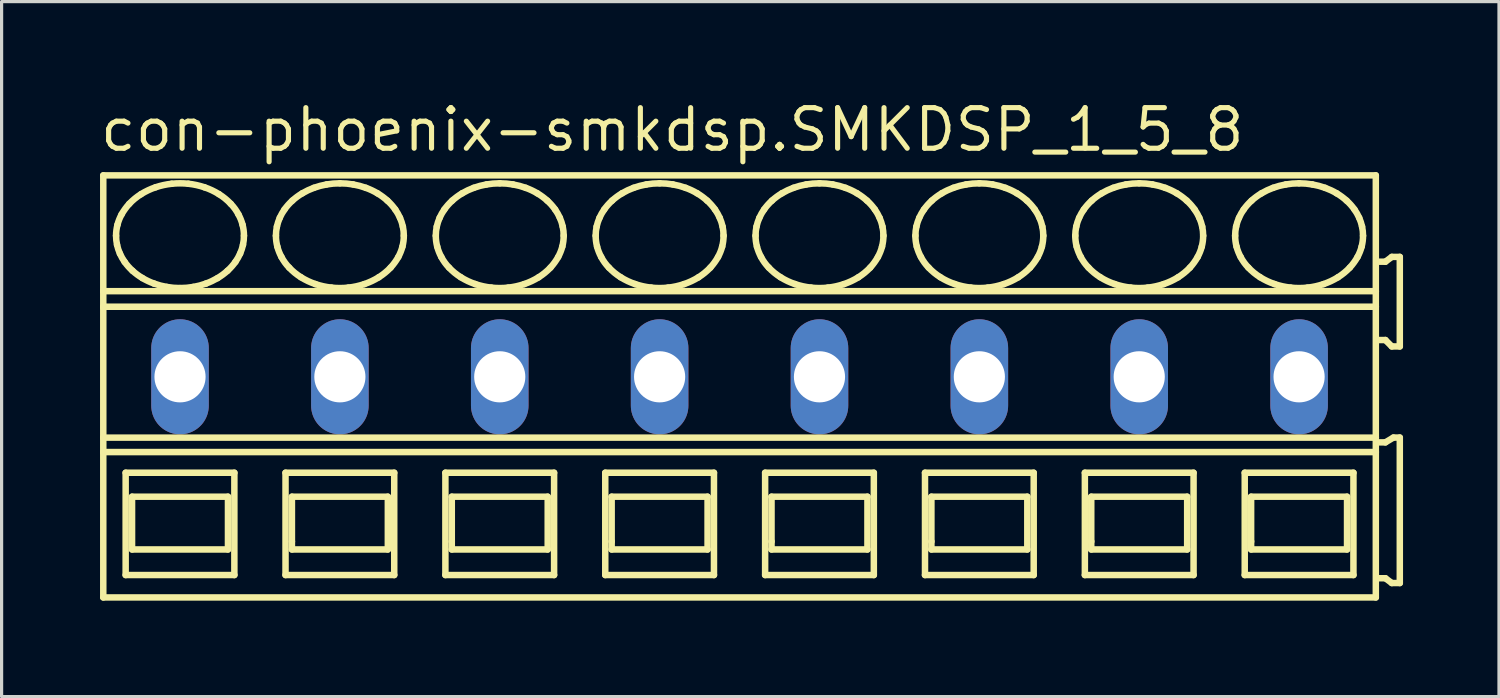
<source format=kicad_pcb>
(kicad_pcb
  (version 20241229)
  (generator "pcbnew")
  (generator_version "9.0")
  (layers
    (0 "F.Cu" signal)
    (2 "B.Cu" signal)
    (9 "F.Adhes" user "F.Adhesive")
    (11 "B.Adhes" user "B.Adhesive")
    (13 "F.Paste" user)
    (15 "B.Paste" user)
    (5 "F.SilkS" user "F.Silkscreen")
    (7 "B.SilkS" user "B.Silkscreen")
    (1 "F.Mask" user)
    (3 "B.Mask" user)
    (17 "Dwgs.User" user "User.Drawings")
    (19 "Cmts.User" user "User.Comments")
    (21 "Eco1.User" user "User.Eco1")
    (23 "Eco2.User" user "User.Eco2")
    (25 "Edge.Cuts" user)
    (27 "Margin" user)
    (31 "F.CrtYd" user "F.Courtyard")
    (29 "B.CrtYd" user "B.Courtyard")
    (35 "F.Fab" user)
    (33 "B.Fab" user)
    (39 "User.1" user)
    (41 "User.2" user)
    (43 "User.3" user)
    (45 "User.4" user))
  (footprint "con-phoenix-smkdsp.SMKDSP_1_5_8"
    (layer "F.Cu")
    (at 5.08 8.735)
    (property "Reference" "con-phoenix-smkdsp.SMKDSP_1_5_8" (at -5.08 -6.985 0) (layer "F.SilkS") (effects (font (size 1.27 1.27) (thickness 0.16)) (justify left bottom)))
    (attr through_hole)
    (fp_line (start -4.9 -6.3) (end -4.9 -2.679) (stroke (width 0.203) (type default)) (layer "F.SilkS"))
    (fp_line (start -4.9 -2.679) (end -4.9 -2.192) (stroke (width 0.203) (type default)) (layer "F.SilkS"))
    (fp_line (start -4.9 -2.192) (end -4.9 1.902) (stroke (width 0.203) (type default)) (layer "F.SilkS"))
    (fp_line (start -4.9 1.902) (end -4.9 2.354) (stroke (width 0.203) (type default)) (layer "F.SilkS"))
    (fp_line (start -4.9 2.354) (end -4.9 6.9) (stroke (width 0.203) (type default)) (layer "F.SilkS"))
    (fp_line (start -4.9 6.9) (end 34.9 6.9) (stroke (width 0.203) (type default)) (layer "F.SilkS"))
    (fp_line (start -4.2 3) (end -4.2 6.2) (stroke (width 0.203) (type default)) (layer "F.SilkS"))
    (fp_line (start -4.2 6.2) (end -0.8 6.2) (stroke (width 0.203) (type default)) (layer "F.SilkS"))
    (fp_line (start -4 3.75) (end -4 5.4) (stroke (width 0.203) (type default)) (layer "F.SilkS"))
    (fp_line (start -4 5.4) (end -1 5.4) (stroke (width 0.203) (type default)) (layer "F.SilkS"))
    (fp_line (start -1 3.75) (end -4 3.75) (stroke (width 0.203) (type default)) (layer "F.SilkS"))
    (fp_line (start -1 5.4) (end -1 3.75) (stroke (width 0.203) (type default)) (layer "F.SilkS"))
    (fp_line (start -0.8 3) (end -4.2 3) (stroke (width 0.203) (type default)) (layer "F.SilkS"))
    (fp_line (start -0.8 6.2) (end -0.8 3) (stroke (width 0.203) (type default)) (layer "F.SilkS"))
    (fp_line (start 0.8 3) (end 0.8 6.2) (stroke (width 0.203) (type default)) (layer "F.SilkS"))
    (fp_line (start 0.8 6.2) (end 4.2 6.2) (stroke (width 0.203) (type default)) (layer "F.SilkS"))
    (fp_line (start 1 3.75) (end 1 5.15) (stroke (width 0.203) (type default)) (layer "F.SilkS"))
    (fp_line (start 1 5.15) (end 1 5.4) (stroke (width 0.203) (type default)) (layer "F.SilkS"))
    (fp_line (start 1 5.4) (end 4 5.4) (stroke (width 0.203) (type default)) (layer "F.SilkS"))
    (fp_line (start 4 3.75) (end 1 3.75) (stroke (width 0.203) (type default)) (layer "F.SilkS"))
    (fp_line (start 4 5.4) (end 4 3.75) (stroke (width 0.203) (type default)) (layer "F.SilkS"))
    (fp_line (start 4.2 3) (end 0.8 3) (stroke (width 0.203) (type default)) (layer "F.SilkS"))
    (fp_line (start 4.2 6.2) (end 4.2 3) (stroke (width 0.203) (type default)) (layer "F.SilkS"))
    (fp_line (start 5.8 3) (end 5.8 6.2) (stroke (width 0.203) (type default)) (layer "F.SilkS"))
    (fp_line (start 5.8 6.2) (end 9.2 6.2) (stroke (width 0.203) (type default)) (layer "F.SilkS"))
    (fp_line (start 6 3.75) (end 6 5.15) (stroke (width 0.203) (type default)) (layer "F.SilkS"))
    (fp_line (start 6 5.15) (end 6 5.4) (stroke (width 0.203) (type default)) (layer "F.SilkS"))
    (fp_line (start 6 5.4) (end 9 5.4) (stroke (width 0.203) (type default)) (layer "F.SilkS"))
    (fp_line (start 9 3.75) (end 6 3.75) (stroke (width 0.203) (type default)) (layer "F.SilkS"))
    (fp_line (start 9 5.4) (end 9 3.75) (stroke (width 0.203) (type default)) (layer "F.SilkS"))
    (fp_line (start 9.2 3) (end 5.8 3) (stroke (width 0.203) (type default)) (layer "F.SilkS"))
    (fp_line (start 9.2 6.2) (end 9.2 3) (stroke (width 0.203) (type default)) (layer "F.SilkS"))
    (fp_line (start 10.8 3) (end 10.8 6.2) (stroke (width 0.203) (type default)) (layer "F.SilkS"))
    (fp_line (start 10.8 6.2) (end 14.2 6.2) (stroke (width 0.203) (type default)) (layer "F.SilkS"))
    (fp_line (start 11 3.75) (end 11 5.15) (stroke (width 0.203) (type default)) (layer "F.SilkS"))
    (fp_line (start 11 5.15) (end 11 5.4) (stroke (width 0.203) (type default)) (layer "F.SilkS"))
    (fp_line (start 11 5.4) (end 14 5.4) (stroke (width 0.203) (type default)) (layer "F.SilkS"))
    (fp_line (start 14 3.75) (end 11 3.75) (stroke (width 0.203) (type default)) (layer "F.SilkS"))
    (fp_line (start 14 5.4) (end 14 3.75) (stroke (width 0.203) (type default)) (layer "F.SilkS"))
    (fp_line (start 14.2 3) (end 10.8 3) (stroke (width 0.203) (type default)) (layer "F.SilkS"))
    (fp_line (start 14.2 6.2) (end 14.2 3) (stroke (width 0.203) (type default)) (layer "F.SilkS"))
    (fp_line (start 15.8 3) (end 15.8 6.2) (stroke (width 0.203) (type default)) (layer "F.SilkS"))
    (fp_line (start 15.8 6.2) (end 19.2 6.2) (stroke (width 0.203) (type default)) (layer "F.SilkS"))
    (fp_line (start 16 3.75) (end 16 5.15) (stroke (width 0.203) (type default)) (layer "F.SilkS"))
    (fp_line (start 16 5.15) (end 16 5.4) (stroke (width 0.203) (type default)) (layer "F.SilkS"))
    (fp_line (start 16 5.4) (end 19 5.4) (stroke (width 0.203) (type default)) (layer "F.SilkS"))
    (fp_line (start 19 3.75) (end 16 3.75) (stroke (width 0.203) (type default)) (layer "F.SilkS"))
    (fp_line (start 19 5.4) (end 19 3.75) (stroke (width 0.203) (type default)) (layer "F.SilkS"))
    (fp_line (start 19.2 3) (end 15.8 3) (stroke (width 0.203) (type default)) (layer "F.SilkS"))
    (fp_line (start 19.2 6.2) (end 19.2 3) (stroke (width 0.203) (type default)) (layer "F.SilkS"))
    (fp_line (start 20.8 3) (end 20.8 6.2) (stroke (width 0.203) (type default)) (layer "F.SilkS"))
    (fp_line (start 20.8 6.2) (end 24.2 6.2) (stroke (width 0.203) (type default)) (layer "F.SilkS"))
    (fp_line (start 21 3.75) (end 21 5.15) (stroke (width 0.203) (type default)) (layer "F.SilkS"))
    (fp_line (start 21 5.15) (end 21 5.4) (stroke (width 0.203) (type default)) (layer "F.SilkS"))
    (fp_line (start 21 5.4) (end 24 5.4) (stroke (width 0.203) (type default)) (layer "F.SilkS"))
    (fp_line (start 24 3.75) (end 21 3.75) (stroke (width 0.203) (type default)) (layer "F.SilkS"))
    (fp_line (start 24 5.4) (end 24 3.75) (stroke (width 0.203) (type default)) (layer "F.SilkS"))
    (fp_line (start 24.2 3) (end 20.8 3) (stroke (width 0.203) (type default)) (layer "F.SilkS"))
    (fp_line (start 24.2 6.2) (end 24.2 3) (stroke (width 0.203) (type default)) (layer "F.SilkS"))
    (fp_line (start 25.8 3) (end 25.8 6.2) (stroke (width 0.203) (type default)) (layer "F.SilkS"))
    (fp_line (start 25.8 6.2) (end 29.2 6.2) (stroke (width 0.203) (type default)) (layer "F.SilkS"))
    (fp_line (start 26 3.75) (end 26 5.15) (stroke (width 0.203) (type default)) (layer "F.SilkS"))
    (fp_line (start 26 5.15) (end 26 5.4) (stroke (width 0.203) (type default)) (layer "F.SilkS"))
    (fp_line (start 26 5.4) (end 29 5.4) (stroke (width 0.203) (type default)) (layer "F.SilkS"))
    (fp_line (start 29 3.75) (end 26 3.75) (stroke (width 0.203) (type default)) (layer "F.SilkS"))
    (fp_line (start 29 5.4) (end 29 3.75) (stroke (width 0.203) (type default)) (layer "F.SilkS"))
    (fp_line (start 29.2 3) (end 25.8 3) (stroke (width 0.203) (type default)) (layer "F.SilkS"))
    (fp_line (start 29.2 6.2) (end 29.2 3) (stroke (width 0.203) (type default)) (layer "F.SilkS"))
    (fp_line (start 30.8 3) (end 30.8 6.2) (stroke (width 0.203) (type default)) (layer "F.SilkS"))
    (fp_line (start 30.8 6.2) (end 34.2 6.2) (stroke (width 0.203) (type default)) (layer "F.SilkS"))
    (fp_line (start 31 3.75) (end 31 5.15) (stroke (width 0.203) (type default)) (layer "F.SilkS"))
    (fp_line (start 31 5.15) (end 31 5.4) (stroke (width 0.203) (type default)) (layer "F.SilkS"))
    (fp_line (start 31 5.4) (end 34 5.4) (stroke (width 0.203) (type default)) (layer "F.SilkS"))
    (fp_line (start 34 3.75) (end 31 3.75) (stroke (width 0.203) (type default)) (layer "F.SilkS"))
    (fp_line (start 34 5.4) (end 34 3.75) (stroke (width 0.203) (type default)) (layer "F.SilkS"))
    (fp_line (start 34.2 3) (end 30.8 3) (stroke (width 0.203) (type default)) (layer "F.SilkS"))
    (fp_line (start 34.2 6.2) (end 34.2 3) (stroke (width 0.203) (type default)) (layer "F.SilkS"))
    (fp_line (start 34.9 -6.3) (end -4.9 -6.3) (stroke (width 0.203) (type default)) (layer "F.SilkS"))
    (fp_line (start 34.9 -2.679) (end -4.9 -2.679) (stroke (width 0.203) (type default)) (layer "F.SilkS"))
    (fp_line (start 34.9 -2.679) (end 34.9 -6.3) (stroke (width 0.203) (type default)) (layer "F.SilkS"))
    (fp_line (start 34.9 -2.192) (end -4.9 -2.192) (stroke (width 0.203) (type default)) (layer "F.SilkS"))
    (fp_line (start 34.9 -2.192) (end 34.9 -2.679) (stroke (width 0.203) (type default)) (layer "F.SilkS"))
    (fp_line (start 34.9 1.902) (end -4.9 1.902) (stroke (width 0.203) (type default)) (layer "F.SilkS"))
    (fp_line (start 34.9 1.902) (end 34.9 -2.192) (stroke (width 0.203) (type default)) (layer "F.SilkS"))
    (fp_line (start 34.9 2.354) (end -4.9 2.354) (stroke (width 0.203) (type default)) (layer "F.SilkS"))
    (fp_line (start 34.9 2.354) (end 34.9 1.902) (stroke (width 0.203) (type default)) (layer "F.SilkS"))
    (fp_line (start 34.9 6.9) (end 34.9 2.354) (stroke (width 0.203) (type default)) (layer "F.SilkS"))
    (fp_line (start 35 -1.15) (end 35.2 -1.15) (stroke (width 0.203) (type default)) (layer "F.SilkS"))
    (fp_line (start 35 6.3) (end 35.2 6.3) (stroke (width 0.203) (type default)) (layer "F.SilkS"))
    (fp_line (start 35.2 -3.6) (end 35 -3.6) (stroke (width 0.203) (type default)) (layer "F.SilkS"))
    (fp_line (start 35.2 -1.15) (end 35.4 -0.95) (stroke (width 0.203) (type default)) (layer "F.SilkS"))
    (fp_line (start 35.2 2.05) (end 35 2.05) (stroke (width 0.203) (type default)) (layer "F.SilkS"))
    (fp_line (start 35.2 6.3) (end 35.4 6.45) (stroke (width 0.203) (type default)) (layer "F.SilkS"))
    (fp_line (start 35.4 -3.75) (end 35.2 -3.6) (stroke (width 0.203) (type default)) (layer "F.SilkS"))
    (fp_line (start 35.4 -0.95) (end 35.65 -0.95) (stroke (width 0.203) (type default)) (layer "F.SilkS"))
    (fp_line (start 35.4 6.45) (end 35.65 6.45) (stroke (width 0.203) (type default)) (layer "F.SilkS"))
    (fp_line (start 35.45 1.9) (end 35.2 2.05) (stroke (width 0.203) (type default)) (layer "F.SilkS"))
    (fp_line (start 35.65 -3.75) (end 35.4 -3.75) (stroke (width 0.203) (type default)) (layer "F.SilkS"))
    (fp_line (start 35.65 -0.95) (end 35.65 -3.75) (stroke (width 0.203) (type default)) (layer "F.SilkS"))
    (fp_line (start 35.65 1.9) (end 35.45 1.9) (stroke (width 0.203) (type default)) (layer "F.SilkS"))
    (fp_line (start 35.65 6.45) (end 35.65 1.9) (stroke (width 0.203) (type default)) (layer "F.SilkS"))
    (fp_arc (start -4.5 -4.4136) (mid -4.488905 -4.585389) (end -4.4562 -4.7544) (stroke (width 0.2032) (type default)) (layer "F.SilkS"))
    (fp_arc (start -4.4695 -4.1287) (mid -4.492309 -4.270341) (end -4.5 -4.4136) (stroke (width 0.2032) (type default)) (layer "F.SilkS"))
    (fp_arc (start -4.4562 -4.7544) (mid -4.401558 -4.920839) (end -4.3273 -5.0795) (stroke (width 0.2032) (type default)) (layer "F.SilkS"))
    (fp_arc (start -4.3795 -3.8536) (mid -4.431599 -3.988827) (end -4.4695 -4.1287) (stroke (width 0.2032) (type default)) (layer "F.SilkS"))
    (fp_arc (start -4.3274 -5.0795) (mid -4.216217 -5.252167) (end -4.0864 -5.4113) (stroke (width 0.2032) (type default)) (layer "F.SilkS"))
    (fp_arc (start -4.232 -3.5945) (mid -4.312155 -3.720404) (end -4.3795 -3.8536) (stroke (width 0.2032) (type default)) (layer "F.SilkS"))
    (fp_arc (start -4.0864 -5.4113) (mid -3.911717 -5.573771) (end -3.718 -5.713) (stroke (width 0.2032) (type default)) (layer "F.SilkS"))
    (fp_arc (start -3.9861 -3.3171) (mid -4.116737 -3.448975) (end -4.2321 -3.5944) (stroke (width 0.2032) (type default)) (layer "F.SilkS"))
    (fp_arc (start -3.718 -5.713) (mid -3.497651 -5.83326) (end -3.2649 -5.9273) (stroke (width 0.2032) (type default)) (layer "F.SilkS"))
    (fp_arc (start -3.676 -3.0884) (mid -3.836846 -3.19489) (end -3.9861 -3.3171) (stroke (width 0.2032) (type default)) (layer "F.SilkS"))
    (fp_arc (start -3.313 -2.9167) (mid -3.498551 -2.993985) (end -3.676 -3.0884) (stroke (width 0.2032) (type default)) (layer "F.SilkS"))
    (fp_arc (start -3.2649 -5.9273) (mid -3.016253 -5.996227) (end -2.7616 -6.0378) (stroke (width 0.2032) (type default)) (layer "F.SilkS"))
    (fp_arc (start -2.9161 -2.8111) (mid -3.116893 -2.855096) (end -3.313 -2.9167) (stroke (width 0.2032) (type default)) (layer "F.SilkS"))
    (fp_arc (start -2.7616 -6.0378) (mid -2.5 -6.051841) (end -2.2384 -6.0378) (stroke (width 0.2032) (type default)) (layer "F.SilkS"))
    (fp_arc (start -2.5 -2.7752) (mid -2.708826 -2.784159) (end -2.9161 -2.8111) (stroke (width 0.2032) (type default)) (layer "F.SilkS"))
    (fp_arc (start -2.2384 -6.0378) (mid -1.983714 -5.996378) (end -1.7351 -5.9273) (stroke (width 0.2032) (type default)) (layer "F.SilkS"))
    (fp_arc (start -2.0839 -2.8111) (mid -2.291182 -2.784277) (end -2.5 -2.7753) (stroke (width 0.2032) (type default)) (layer "F.SilkS"))
    (fp_arc (start -1.7351 -5.9273) (mid -1.502222 -5.83353) (end -1.282 -5.713) (stroke (width 0.2032) (type default)) (layer "F.SilkS"))
    (fp_arc (start -1.687 -2.9167) (mid -1.883128 -2.855175) (end -2.0839 -2.8111) (stroke (width 0.2032) (type default)) (layer "F.SilkS"))
    (fp_arc (start -1.324 -3.0884) (mid -1.501514 -2.994123) (end -1.687 -2.9167) (stroke (width 0.2032) (type default)) (layer "F.SilkS"))
    (fp_arc (start -1.282 -5.713) (mid -1.088036 -5.574073) (end -0.9136 -5.4113) (stroke (width 0.2032) (type default)) (layer "F.SilkS"))
    (fp_arc (start -1.0139 -3.3171) (mid -1.163276 -3.195057) (end -1.324 -3.0884) (stroke (width 0.2032) (type default)) (layer "F.SilkS"))
    (fp_arc (start -0.9137 -5.4112) (mid -0.781313 -5.253987) (end -0.6727 -5.0795) (stroke (width 0.2032) (type default)) (layer "F.SilkS"))
    (fp_arc (start -0.7679 -3.5944) (mid -0.88339 -3.449088) (end -1.0139 -3.3171) (stroke (width 0.2032) (type default)) (layer "F.SilkS"))
    (fp_arc (start -0.6727 -5.0795) (mid -0.598286 -4.920901) (end -0.5438 -4.7544) (stroke (width 0.2032) (type default)) (layer "F.SilkS"))
    (fp_arc (start -0.6204 -3.8536) (mid -0.687861 -3.720421) (end -0.7679 -3.5944) (stroke (width 0.2032) (type default)) (layer "F.SilkS"))
    (fp_arc (start -0.5438 -4.7544) (mid -0.511083 -4.58539) (end -0.5 -4.4136) (stroke (width 0.2032) (type default)) (layer "F.SilkS"))
    (fp_arc (start -0.5305 -4.1287) (mid -0.568473 -3.988851) (end -0.6205 -3.8536) (stroke (width 0.2032) (type default)) (layer "F.SilkS"))
    (fp_arc (start -0.5001 -4.4136) (mid -0.50774 -4.270343) (end -0.5305 -4.1287) (stroke (width 0.2032) (type default)) (layer "F.SilkS"))
    (fp_arc (start 0.5 -4.4136) (mid 0.507693 -4.556809) (end 0.5305 -4.6984) (stroke (width 0.2032) (type default)) (layer "F.SilkS"))
    (fp_arc (start 0.5305 -4.6984) (mid 0.568467 -4.8383) (end 0.6205 -4.9736) (stroke (width 0.2032) (type default)) (layer "F.SilkS"))
    (fp_arc (start 0.5438 -4.0727) (mid 0.511073 -4.241759) (end 0.5 -4.4136) (stroke (width 0.2032) (type default)) (layer "F.SilkS"))
    (fp_arc (start 0.6204 -4.9736) (mid 0.687866 -5.106728) (end 0.7679 -5.2327) (stroke (width 0.2032) (type default)) (layer "F.SilkS"))
    (fp_arc (start 0.6727 -3.7476) (mid 0.598288 -3.9062) (end 0.5438 -4.0727) (stroke (width 0.2032) (type default)) (layer "F.SilkS"))
    (fp_arc (start 0.7679 -5.2327) (mid 0.883386 -5.378016) (end 1.0139 -5.51) (stroke (width 0.2032) (type default)) (layer "F.SilkS"))
    (fp_arc (start 0.9136 -3.4159) (mid 0.781267 -3.57312) (end 0.6727 -3.7476) (stroke (width 0.2032) (type default)) (layer "F.SilkS"))
    (fp_arc (start 1.0139 -5.51) (mid 1.163277 -5.632042) (end 1.324 -5.7387) (stroke (width 0.2032) (type default)) (layer "F.SilkS"))
    (fp_arc (start 1.282 -3.1141) (mid 1.088032 -3.253077) (end 0.9136 -3.4159) (stroke (width 0.2032) (type default)) (layer "F.SilkS"))
    (fp_arc (start 1.324 -5.7387) (mid 1.501514 -5.832977) (end 1.687 -5.9104) (stroke (width 0.2032) (type default)) (layer "F.SilkS"))
    (fp_arc (start 1.687 -5.9104) (mid 1.883128 -5.971925) (end 2.0839 -6.016) (stroke (width 0.2032) (type default)) (layer "F.SilkS"))
    (fp_arc (start 1.7351 -2.8998) (mid 1.502222 -2.993571) (end 1.282 -3.1141) (stroke (width 0.2032) (type default)) (layer "F.SilkS"))
    (fp_arc (start 2.0839 -6.0161) (mid 2.291183 -6.042919) (end 2.5 -6.0519) (stroke (width 0.2032) (type default)) (layer "F.SilkS"))
    (fp_arc (start 2.2384 -2.7893) (mid 1.983714 -2.830721) (end 1.7351 -2.8998) (stroke (width 0.2032) (type default)) (layer "F.SilkS"))
    (fp_arc (start 2.5 -6.0519) (mid 2.708826 -6.042941) (end 2.9161 -6.016) (stroke (width 0.2032) (type default)) (layer "F.SilkS"))
    (fp_arc (start 2.7616 -2.7893) (mid 2.5 -2.775259) (end 2.2384 -2.7893) (stroke (width 0.2032) (type default)) (layer "F.SilkS"))
    (fp_arc (start 2.9161 -6.016) (mid 3.116893 -5.972004) (end 3.313 -5.9104) (stroke (width 0.2032) (type default)) (layer "F.SilkS"))
    (fp_arc (start 3.2649 -2.8998) (mid 3.016253 -2.830873) (end 2.7616 -2.7893) (stroke (width 0.2032) (type default)) (layer "F.SilkS"))
    (fp_arc (start 3.313 -5.9104) (mid 3.498552 -5.833116) (end 3.676 -5.7387) (stroke (width 0.2032) (type default)) (layer "F.SilkS"))
    (fp_arc (start 3.676 -5.7387) (mid 3.836846 -5.632209) (end 3.9861 -5.51) (stroke (width 0.2032) (type default)) (layer "F.SilkS"))
    (fp_arc (start 3.718 -3.1141) (mid 3.497651 -2.993839) (end 3.2649 -2.8998) (stroke (width 0.2032) (type default)) (layer "F.SilkS"))
    (fp_arc (start 3.9861 -5.51) (mid 4.116738 -5.378126) (end 4.2321 -5.2327) (stroke (width 0.2032) (type default)) (layer "F.SilkS"))
    (fp_arc (start 4.0864 -3.4159) (mid 3.911721 -3.253378) (end 3.718 -3.1141) (stroke (width 0.2032) (type default)) (layer "F.SilkS"))
    (fp_arc (start 4.2321 -5.2327) (mid 4.312204 -5.106793) (end 4.3795 -4.9736) (stroke (width 0.2032) (type default)) (layer "F.SilkS"))
    (fp_arc (start 4.3273 -3.7476) (mid 4.216161 -3.574988) (end 4.0864 -3.4159) (stroke (width 0.2032) (type default)) (layer "F.SilkS"))
    (fp_arc (start 4.3795 -4.9736) (mid 4.431605 -4.838324) (end 4.4695 -4.6984) (stroke (width 0.2032) (type default)) (layer "F.SilkS"))
    (fp_arc (start 4.4562 -4.0727) (mid 4.401557 -3.906262) (end 4.3273 -3.7476) (stroke (width 0.2032) (type default)) (layer "F.SilkS"))
    (fp_arc (start 4.4695 -4.6984) (mid 4.4923 -4.556809) (end 4.5 -4.4136) (stroke (width 0.2032) (type default)) (layer "F.SilkS"))
    (fp_arc (start 4.5 -4.4136) (mid 4.488914 -4.241761) (end 4.4562 -4.0727) (stroke (width 0.2032) (type default)) (layer "F.SilkS"))
    (fp_arc (start 5.5 -4.4136) (mid 5.507693 -4.556809) (end 5.5305 -4.6984) (stroke (width 0.2032) (type default)) (layer "F.SilkS"))
    (fp_arc (start 5.5305 -4.6984) (mid 5.568467 -4.8383) (end 5.6205 -4.9736) (stroke (width 0.2032) (type default)) (layer "F.SilkS"))
    (fp_arc (start 5.5438 -4.0727) (mid 5.511073 -4.241759) (end 5.5 -4.4136) (stroke (width 0.2032) (type default)) (layer "F.SilkS"))
    (fp_arc (start 5.6204 -4.9736) (mid 5.687866 -5.106728) (end 5.7679 -5.2327) (stroke (width 0.2032) (type default)) (layer "F.SilkS"))
    (fp_arc (start 5.6727 -3.7476) (mid 5.598288 -3.9062) (end 5.5438 -4.0727) (stroke (width 0.2032) (type default)) (layer "F.SilkS"))
    (fp_arc (start 5.7679 -5.2327) (mid 5.883386 -5.378016) (end 6.0139 -5.51) (stroke (width 0.2032) (type default)) (layer "F.SilkS"))
    (fp_arc (start 5.9136 -3.4159) (mid 5.781267 -3.57312) (end 5.6727 -3.7476) (stroke (width 0.2032) (type default)) (layer "F.SilkS"))
    (fp_arc (start 6.0139 -5.51) (mid 6.163277 -5.632042) (end 6.324 -5.7387) (stroke (width 0.2032) (type default)) (layer "F.SilkS"))
    (fp_arc (start 6.282 -3.1141) (mid 6.088032 -3.253077) (end 5.9136 -3.4159) (stroke (width 0.2032) (type default)) (layer "F.SilkS"))
    (fp_arc (start 6.324 -5.7387) (mid 6.501514 -5.832977) (end 6.687 -5.9104) (stroke (width 0.2032) (type default)) (layer "F.SilkS"))
    (fp_arc (start 6.687 -5.9104) (mid 6.883128 -5.971925) (end 7.0839 -6.016) (stroke (width 0.2032) (type default)) (layer "F.SilkS"))
    (fp_arc (start 6.7351 -2.8998) (mid 6.502222 -2.993571) (end 6.282 -3.1141) (stroke (width 0.2032) (type default)) (layer "F.SilkS"))
    (fp_arc (start 7.0839 -6.0161) (mid 7.291183 -6.042919) (end 7.5 -6.0519) (stroke (width 0.2032) (type default)) (layer "F.SilkS"))
    (fp_arc (start 7.2384 -2.7893) (mid 6.983714 -2.830721) (end 6.7351 -2.8998) (stroke (width 0.2032) (type default)) (layer "F.SilkS"))
    (fp_arc (start 7.5 -6.0519) (mid 7.708826 -6.042941) (end 7.9161 -6.016) (stroke (width 0.2032) (type default)) (layer "F.SilkS"))
    (fp_arc (start 7.7616 -2.7893) (mid 7.5 -2.775259) (end 7.2384 -2.7893) (stroke (width 0.2032) (type default)) (layer "F.SilkS"))
    (fp_arc (start 7.9161 -6.016) (mid 8.116893 -5.972004) (end 8.313 -5.9104) (stroke (width 0.2032) (type default)) (layer "F.SilkS"))
    (fp_arc (start 8.2649 -2.8998) (mid 8.016253 -2.830873) (end 7.7616 -2.7893) (stroke (width 0.2032) (type default)) (layer "F.SilkS"))
    (fp_arc (start 8.313 -5.9104) (mid 8.498552 -5.833116) (end 8.676 -5.7387) (stroke (width 0.2032) (type default)) (layer "F.SilkS"))
    (fp_arc (start 8.676 -5.7387) (mid 8.836846 -5.632209) (end 8.9861 -5.51) (stroke (width 0.2032) (type default)) (layer "F.SilkS"))
    (fp_arc (start 8.718 -3.1141) (mid 8.497651 -2.993839) (end 8.2649 -2.8998) (stroke (width 0.2032) (type default)) (layer "F.SilkS"))
    (fp_arc (start 8.9861 -5.51) (mid 9.116738 -5.378126) (end 9.2321 -5.2327) (stroke (width 0.2032) (type default)) (layer "F.SilkS"))
    (fp_arc (start 9.0864 -3.4159) (mid 8.911721 -3.253378) (end 8.718 -3.1141) (stroke (width 0.2032) (type default)) (layer "F.SilkS"))
    (fp_arc (start 9.2321 -5.2327) (mid 9.312204 -5.106793) (end 9.3795 -4.9736) (stroke (width 0.2032) (type default)) (layer "F.SilkS"))
    (fp_arc (start 9.3273 -3.7476) (mid 9.216161 -3.574988) (end 9.0864 -3.4159) (stroke (width 0.2032) (type default)) (layer "F.SilkS"))
    (fp_arc (start 9.3795 -4.9736) (mid 9.431605 -4.838324) (end 9.4695 -4.6984) (stroke (width 0.2032) (type default)) (layer "F.SilkS"))
    (fp_arc (start 9.4562 -4.0727) (mid 9.401557 -3.906262) (end 9.3273 -3.7476) (stroke (width 0.2032) (type default)) (layer "F.SilkS"))
    (fp_arc (start 9.4695 -4.6984) (mid 9.4923 -4.556809) (end 9.5 -4.4136) (stroke (width 0.2032) (type default)) (layer "F.SilkS"))
    (fp_arc (start 9.5 -4.4136) (mid 9.488914 -4.241761) (end 9.4562 -4.0727) (stroke (width 0.2032) (type default)) (layer "F.SilkS"))
    (fp_arc (start 10.5 -4.4136) (mid 10.507693 -4.556809) (end 10.5305 -4.6984) (stroke (width 0.2032) (type default)) (layer "F.SilkS"))
    (fp_arc (start 10.5305 -4.6984) (mid 10.568467 -4.8383) (end 10.6205 -4.9736) (stroke (width 0.2032) (type default)) (layer "F.SilkS"))
    (fp_arc (start 10.5438 -4.0727) (mid 10.511073 -4.241759) (end 10.5 -4.4136) (stroke (width 0.2032) (type default)) (layer "F.SilkS"))
    (fp_arc (start 10.6204 -4.9736) (mid 10.687866 -5.106728) (end 10.7679 -5.2327) (stroke (width 0.2032) (type default)) (layer "F.SilkS"))
    (fp_arc (start 10.6727 -3.7476) (mid 10.598288 -3.9062) (end 10.5438 -4.0727) (stroke (width 0.2032) (type default)) (layer "F.SilkS"))
    (fp_arc (start 10.7679 -5.2327) (mid 10.883386 -5.378016) (end 11.0139 -5.51) (stroke (width 0.2032) (type default)) (layer "F.SilkS"))
    (fp_arc (start 10.9136 -3.4159) (mid 10.781267 -3.57312) (end 10.6727 -3.7476) (stroke (width 0.2032) (type default)) (layer "F.SilkS"))
    (fp_arc (start 11.0139 -5.51) (mid 11.163277 -5.632042) (end 11.324 -5.7387) (stroke (width 0.2032) (type default)) (layer "F.SilkS"))
    (fp_arc (start 11.282 -3.1141) (mid 11.088032 -3.253077) (end 10.9136 -3.4159) (stroke (width 0.2032) (type default)) (layer "F.SilkS"))
    (fp_arc (start 11.324 -5.7387) (mid 11.501514 -5.832977) (end 11.687 -5.9104) (stroke (width 0.2032) (type default)) (layer "F.SilkS"))
    (fp_arc (start 11.687 -5.9104) (mid 11.883128 -5.971925) (end 12.0839 -6.016) (stroke (width 0.2032) (type default)) (layer "F.SilkS"))
    (fp_arc (start 11.7351 -2.8998) (mid 11.502222 -2.993571) (end 11.282 -3.1141) (stroke (width 0.2032) (type default)) (layer "F.SilkS"))
    (fp_arc (start 12.0839 -6.0161) (mid 12.291183 -6.042919) (end 12.5 -6.0519) (stroke (width 0.2032) (type default)) (layer "F.SilkS"))
    (fp_arc (start 12.2384 -2.7893) (mid 11.983714 -2.830721) (end 11.7351 -2.8998) (stroke (width 0.2032) (type default)) (layer "F.SilkS"))
    (fp_arc (start 12.5 -6.0519) (mid 12.708826 -6.042941) (end 12.9161 -6.016) (stroke (width 0.2032) (type default)) (layer "F.SilkS"))
    (fp_arc (start 12.7616 -2.7893) (mid 12.5 -2.775259) (end 12.2384 -2.7893) (stroke (width 0.2032) (type default)) (layer "F.SilkS"))
    (fp_arc (start 12.9161 -6.016) (mid 13.116893 -5.972004) (end 13.313 -5.9104) (stroke (width 0.2032) (type default)) (layer "F.SilkS"))
    (fp_arc (start 13.2649 -2.8998) (mid 13.016253 -2.830873) (end 12.7616 -2.7893) (stroke (width 0.2032) (type default)) (layer "F.SilkS"))
    (fp_arc (start 13.313 -5.9104) (mid 13.498552 -5.833116) (end 13.676 -5.7387) (stroke (width 0.2032) (type default)) (layer "F.SilkS"))
    (fp_arc (start 13.676 -5.7387) (mid 13.836846 -5.632209) (end 13.9861 -5.51) (stroke (width 0.2032) (type default)) (layer "F.SilkS"))
    (fp_arc (start 13.718 -3.1141) (mid 13.497651 -2.993839) (end 13.2649 -2.8998) (stroke (width 0.2032) (type default)) (layer "F.SilkS"))
    (fp_arc (start 13.9861 -5.51) (mid 14.116738 -5.378126) (end 14.2321 -5.2327) (stroke (width 0.2032) (type default)) (layer "F.SilkS"))
    (fp_arc (start 14.0864 -3.4159) (mid 13.911721 -3.253378) (end 13.718 -3.1141) (stroke (width 0.2032) (type default)) (layer "F.SilkS"))
    (fp_arc (start 14.2321 -5.2327) (mid 14.312204 -5.106793) (end 14.3795 -4.9736) (stroke (width 0.2032) (type default)) (layer "F.SilkS"))
    (fp_arc (start 14.3273 -3.7476) (mid 14.216161 -3.574988) (end 14.0864 -3.4159) (stroke (width 0.2032) (type default)) (layer "F.SilkS"))
    (fp_arc (start 14.3795 -4.9736) (mid 14.431605 -4.838324) (end 14.4695 -4.6984) (stroke (width 0.2032) (type default)) (layer "F.SilkS"))
    (fp_arc (start 14.4562 -4.0727) (mid 14.401557 -3.906262) (end 14.3273 -3.7476) (stroke (width 0.2032) (type default)) (layer "F.SilkS"))
    (fp_arc (start 14.4695 -4.6984) (mid 14.4923 -4.556809) (end 14.5 -4.4136) (stroke (width 0.2032) (type default)) (layer "F.SilkS"))
    (fp_arc (start 14.5 -4.4136) (mid 14.488914 -4.241761) (end 14.4562 -4.0727) (stroke (width 0.2032) (type default)) (layer "F.SilkS"))
    (fp_arc (start 15.5 -4.4136) (mid 15.507693 -4.556809) (end 15.5305 -4.6984) (stroke (width 0.2032) (type default)) (layer "F.SilkS"))
    (fp_arc (start 15.5305 -4.6984) (mid 15.568467 -4.8383) (end 15.6205 -4.9736) (stroke (width 0.2032) (type default)) (layer "F.SilkS"))
    (fp_arc (start 15.5438 -4.0727) (mid 15.511073 -4.241759) (end 15.5 -4.4136) (stroke (width 0.2032) (type default)) (layer "F.SilkS"))
    (fp_arc (start 15.6204 -4.9736) (mid 15.687866 -5.106728) (end 15.7679 -5.2327) (stroke (width 0.2032) (type default)) (layer "F.SilkS"))
    (fp_arc (start 15.6727 -3.7476) (mid 15.598288 -3.9062) (end 15.5438 -4.0727) (stroke (width 0.2032) (type default)) (layer "F.SilkS"))
    (fp_arc (start 15.7679 -5.2327) (mid 15.883386 -5.378016) (end 16.0139 -5.51) (stroke (width 0.2032) (type default)) (layer "F.SilkS"))
    (fp_arc (start 15.9136 -3.4159) (mid 15.781267 -3.57312) (end 15.6727 -3.7476) (stroke (width 0.2032) (type default)) (layer "F.SilkS"))
    (fp_arc (start 16.0139 -5.51) (mid 16.163277 -5.632042) (end 16.324 -5.7387) (stroke (width 0.2032) (type default)) (layer "F.SilkS"))
    (fp_arc (start 16.282 -3.1141) (mid 16.088032 -3.253077) (end 15.9136 -3.4159) (stroke (width 0.2032) (type default)) (layer "F.SilkS"))
    (fp_arc (start 16.324 -5.7387) (mid 16.501514 -5.832977) (end 16.687 -5.9104) (stroke (width 0.2032) (type default)) (layer "F.SilkS"))
    (fp_arc (start 16.687 -5.9104) (mid 16.883128 -5.971925) (end 17.0839 -6.016) (stroke (width 0.2032) (type default)) (layer "F.SilkS"))
    (fp_arc (start 16.7351 -2.8998) (mid 16.502222 -2.993571) (end 16.282 -3.1141) (stroke (width 0.2032) (type default)) (layer "F.SilkS"))
    (fp_arc (start 17.0839 -6.0161) (mid 17.291183 -6.042919) (end 17.5 -6.0519) (stroke (width 0.2032) (type default)) (layer "F.SilkS"))
    (fp_arc (start 17.2384 -2.7893) (mid 16.983714 -2.830721) (end 16.7351 -2.8998) (stroke (width 0.2032) (type default)) (layer "F.SilkS"))
    (fp_arc (start 17.5 -6.0519) (mid 17.708826 -6.042941) (end 17.9161 -6.016) (stroke (width 0.2032) (type default)) (layer "F.SilkS"))
    (fp_arc (start 17.7616 -2.7893) (mid 17.5 -2.775259) (end 17.2384 -2.7893) (stroke (width 0.2032) (type default)) (layer "F.SilkS"))
    (fp_arc (start 17.9161 -6.016) (mid 18.116893 -5.972004) (end 18.313 -5.9104) (stroke (width 0.2032) (type default)) (layer "F.SilkS"))
    (fp_arc (start 18.2649 -2.8998) (mid 18.016253 -2.830873) (end 17.7616 -2.7893) (stroke (width 0.2032) (type default)) (layer "F.SilkS"))
    (fp_arc (start 18.313 -5.9104) (mid 18.498552 -5.833116) (end 18.676 -5.7387) (stroke (width 0.2032) (type default)) (layer "F.SilkS"))
    (fp_arc (start 18.676 -5.7387) (mid 18.836846 -5.632209) (end 18.9861 -5.51) (stroke (width 0.2032) (type default)) (layer "F.SilkS"))
    (fp_arc (start 18.718 -3.1141) (mid 18.497651 -2.993839) (end 18.2649 -2.8998) (stroke (width 0.2032) (type default)) (layer "F.SilkS"))
    (fp_arc (start 18.9861 -5.51) (mid 19.116738 -5.378126) (end 19.2321 -5.2327) (stroke (width 0.2032) (type default)) (layer "F.SilkS"))
    (fp_arc (start 19.0864 -3.4159) (mid 18.911721 -3.253378) (end 18.718 -3.1141) (stroke (width 0.2032) (type default)) (layer "F.SilkS"))
    (fp_arc (start 19.2321 -5.2327) (mid 19.312204 -5.106793) (end 19.3795 -4.9736) (stroke (width 0.2032) (type default)) (layer "F.SilkS"))
    (fp_arc (start 19.3273 -3.7476) (mid 19.216161 -3.574988) (end 19.0864 -3.4159) (stroke (width 0.2032) (type default)) (layer "F.SilkS"))
    (fp_arc (start 19.3795 -4.9736) (mid 19.431605 -4.838324) (end 19.4695 -4.6984) (stroke (width 0.2032) (type default)) (layer "F.SilkS"))
    (fp_arc (start 19.4562 -4.0727) (mid 19.401557 -3.906262) (end 19.3273 -3.7476) (stroke (width 0.2032) (type default)) (layer "F.SilkS"))
    (fp_arc (start 19.4695 -4.6984) (mid 19.4923 -4.556809) (end 19.5 -4.4136) (stroke (width 0.2032) (type default)) (layer "F.SilkS"))
    (fp_arc (start 19.5 -4.4136) (mid 19.488914 -4.241761) (end 19.4562 -4.0727) (stroke (width 0.2032) (type default)) (layer "F.SilkS"))
    (fp_arc (start 20.5 -4.4136) (mid 20.507693 -4.556809) (end 20.5305 -4.6984) (stroke (width 0.2032) (type default)) (layer "F.SilkS"))
    (fp_arc (start 20.5305 -4.6984) (mid 20.568467 -4.8383) (end 20.6205 -4.9736) (stroke (width 0.2032) (type default)) (layer "F.SilkS"))
    (fp_arc (start 20.5438 -4.0727) (mid 20.511073 -4.241759) (end 20.5 -4.4136) (stroke (width 0.2032) (type default)) (layer "F.SilkS"))
    (fp_arc (start 20.6204 -4.9736) (mid 20.687866 -5.106728) (end 20.7679 -5.2327) (stroke (width 0.2032) (type default)) (layer "F.SilkS"))
    (fp_arc (start 20.6727 -3.7476) (mid 20.598288 -3.9062) (end 20.5438 -4.0727) (stroke (width 0.2032) (type default)) (layer "F.SilkS"))
    (fp_arc (start 20.7679 -5.2327) (mid 20.883386 -5.378016) (end 21.0139 -5.51) (stroke (width 0.2032) (type default)) (layer "F.SilkS"))
    (fp_arc (start 20.9136 -3.4159) (mid 20.781267 -3.57312) (end 20.6727 -3.7476) (stroke (width 0.2032) (type default)) (layer "F.SilkS"))
    (fp_arc (start 21.0139 -5.51) (mid 21.163277 -5.632042) (end 21.324 -5.7387) (stroke (width 0.2032) (type default)) (layer "F.SilkS"))
    (fp_arc (start 21.282 -3.1141) (mid 21.088032 -3.253077) (end 20.9136 -3.4159) (stroke (width 0.2032) (type default)) (layer "F.SilkS"))
    (fp_arc (start 21.324 -5.7387) (mid 21.501514 -5.832977) (end 21.687 -5.9104) (stroke (width 0.2032) (type default)) (layer "F.SilkS"))
    (fp_arc (start 21.687 -5.9104) (mid 21.883128 -5.971925) (end 22.0839 -6.016) (stroke (width 0.2032) (type default)) (layer "F.SilkS"))
    (fp_arc (start 21.7351 -2.8998) (mid 21.502222 -2.993571) (end 21.282 -3.1141) (stroke (width 0.2032) (type default)) (layer "F.SilkS"))
    (fp_arc (start 22.0839 -6.0161) (mid 22.291183 -6.042919) (end 22.5 -6.0519) (stroke (width 0.2032) (type default)) (layer "F.SilkS"))
    (fp_arc (start 22.2384 -2.7893) (mid 21.983714 -2.830721) (end 21.7351 -2.8998) (stroke (width 0.2032) (type default)) (layer "F.SilkS"))
    (fp_arc (start 22.5 -6.0519) (mid 22.708826 -6.042941) (end 22.9161 -6.016) (stroke (width 0.2032) (type default)) (layer "F.SilkS"))
    (fp_arc (start 22.7616 -2.7893) (mid 22.5 -2.775259) (end 22.2384 -2.7893) (stroke (width 0.2032) (type default)) (layer "F.SilkS"))
    (fp_arc (start 22.9161 -6.016) (mid 23.116893 -5.972004) (end 23.313 -5.9104) (stroke (width 0.2032) (type default)) (layer "F.SilkS"))
    (fp_arc (start 23.2649 -2.8998) (mid 23.016253 -2.830873) (end 22.7616 -2.7893) (stroke (width 0.2032) (type default)) (layer "F.SilkS"))
    (fp_arc (start 23.313 -5.9104) (mid 23.498552 -5.833116) (end 23.676 -5.7387) (stroke (width 0.2032) (type default)) (layer "F.SilkS"))
    (fp_arc (start 23.676 -5.7387) (mid 23.836846 -5.632209) (end 23.9861 -5.51) (stroke (width 0.2032) (type default)) (layer "F.SilkS"))
    (fp_arc (start 23.718 -3.1141) (mid 23.497651 -2.993839) (end 23.2649 -2.8998) (stroke (width 0.2032) (type default)) (layer "F.SilkS"))
    (fp_arc (start 23.9861 -5.51) (mid 24.116738 -5.378126) (end 24.2321 -5.2327) (stroke (width 0.2032) (type default)) (layer "F.SilkS"))
    (fp_arc (start 24.0864 -3.4159) (mid 23.911721 -3.253378) (end 23.718 -3.1141) (stroke (width 0.2032) (type default)) (layer "F.SilkS"))
    (fp_arc (start 24.2321 -5.2327) (mid 24.312204 -5.106793) (end 24.3795 -4.9736) (stroke (width 0.2032) (type default)) (layer "F.SilkS"))
    (fp_arc (start 24.3273 -3.7476) (mid 24.216161 -3.574988) (end 24.0864 -3.4159) (stroke (width 0.2032) (type default)) (layer "F.SilkS"))
    (fp_arc (start 24.3795 -4.9736) (mid 24.431605 -4.838324) (end 24.4695 -4.6984) (stroke (width 0.2032) (type default)) (layer "F.SilkS"))
    (fp_arc (start 24.4562 -4.0727) (mid 24.401557 -3.906262) (end 24.3273 -3.7476) (stroke (width 0.2032) (type default)) (layer "F.SilkS"))
    (fp_arc (start 24.4695 -4.6984) (mid 24.4923 -4.556809) (end 24.5 -4.4136) (stroke (width 0.2032) (type default)) (layer "F.SilkS"))
    (fp_arc (start 24.5 -4.4136) (mid 24.488914 -4.241761) (end 24.4562 -4.0727) (stroke (width 0.2032) (type default)) (layer "F.SilkS"))
    (fp_arc (start 25.5 -4.4136) (mid 25.507693 -4.556809) (end 25.5305 -4.6984) (stroke (width 0.2032) (type default)) (layer "F.SilkS"))
    (fp_arc (start 25.5305 -4.6984) (mid 25.568467 -4.8383) (end 25.6205 -4.9736) (stroke (width 0.2032) (type default)) (layer "F.SilkS"))
    (fp_arc (start 25.5438 -4.0727) (mid 25.511073 -4.241759) (end 25.5 -4.4136) (stroke (width 0.2032) (type default)) (layer "F.SilkS"))
    (fp_arc (start 25.6204 -4.9736) (mid 25.687866 -5.106728) (end 25.7679 -5.2327) (stroke (width 0.2032) (type default)) (layer "F.SilkS"))
    (fp_arc (start 25.6727 -3.7476) (mid 25.598288 -3.9062) (end 25.5438 -4.0727) (stroke (width 0.2032) (type default)) (layer "F.SilkS"))
    (fp_arc (start 25.7679 -5.2327) (mid 25.883386 -5.378016) (end 26.0139 -5.51) (stroke (width 0.2032) (type default)) (layer "F.SilkS"))
    (fp_arc (start 25.9136 -3.4159) (mid 25.781267 -3.57312) (end 25.6727 -3.7476) (stroke (width 0.2032) (type default)) (layer "F.SilkS"))
    (fp_arc (start 26.0139 -5.51) (mid 26.163277 -5.632042) (end 26.324 -5.7387) (stroke (width 0.2032) (type default)) (layer "F.SilkS"))
    (fp_arc (start 26.282 -3.1141) (mid 26.088032 -3.253077) (end 25.9136 -3.4159) (stroke (width 0.2032) (type default)) (layer "F.SilkS"))
    (fp_arc (start 26.324 -5.7387) (mid 26.501514 -5.832977) (end 26.687 -5.9104) (stroke (width 0.2032) (type default)) (layer "F.SilkS"))
    (fp_arc (start 26.687 -5.9104) (mid 26.883128 -5.971925) (end 27.0839 -6.016) (stroke (width 0.2032) (type default)) (layer "F.SilkS"))
    (fp_arc (start 26.7351 -2.8998) (mid 26.502222 -2.993571) (end 26.282 -3.1141) (stroke (width 0.2032) (type default)) (layer "F.SilkS"))
    (fp_arc (start 27.0839 -6.0161) (mid 27.291183 -6.042919) (end 27.5 -6.0519) (stroke (width 0.2032) (type default)) (layer "F.SilkS"))
    (fp_arc (start 27.2384 -2.7893) (mid 26.983714 -2.830721) (end 26.7351 -2.8998) (stroke (width 0.2032) (type default)) (layer "F.SilkS"))
    (fp_arc (start 27.5 -6.0519) (mid 27.708826 -6.042941) (end 27.9161 -6.016) (stroke (width 0.2032) (type default)) (layer "F.SilkS"))
    (fp_arc (start 27.7616 -2.7893) (mid 27.5 -2.775259) (end 27.2384 -2.7893) (stroke (width 0.2032) (type default)) (layer "F.SilkS"))
    (fp_arc (start 27.9161 -6.016) (mid 28.116893 -5.972004) (end 28.313 -5.9104) (stroke (width 0.2032) (type default)) (layer "F.SilkS"))
    (fp_arc (start 28.2649 -2.8998) (mid 28.016253 -2.830873) (end 27.7616 -2.7893) (stroke (width 0.2032) (type default)) (layer "F.SilkS"))
    (fp_arc (start 28.313 -5.9104) (mid 28.498552 -5.833116) (end 28.676 -5.7387) (stroke (width 0.2032) (type default)) (layer "F.SilkS"))
    (fp_arc (start 28.676 -5.7387) (mid 28.836846 -5.632209) (end 28.9861 -5.51) (stroke (width 0.2032) (type default)) (layer "F.SilkS"))
    (fp_arc (start 28.718 -3.1141) (mid 28.497651 -2.993839) (end 28.2649 -2.8998) (stroke (width 0.2032) (type default)) (layer "F.SilkS"))
    (fp_arc (start 28.9861 -5.51) (mid 29.116738 -5.378126) (end 29.2321 -5.2327) (stroke (width 0.2032) (type default)) (layer "F.SilkS"))
    (fp_arc (start 29.0864 -3.4159) (mid 28.911721 -3.253378) (end 28.718 -3.1141) (stroke (width 0.2032) (type default)) (layer "F.SilkS"))
    (fp_arc (start 29.2321 -5.2327) (mid 29.312204 -5.106793) (end 29.3795 -4.9736) (stroke (width 0.2032) (type default)) (layer "F.SilkS"))
    (fp_arc (start 29.3273 -3.7476) (mid 29.216161 -3.574988) (end 29.0864 -3.4159) (stroke (width 0.2032) (type default)) (layer "F.SilkS"))
    (fp_arc (start 29.3795 -4.9736) (mid 29.431605 -4.838324) (end 29.4695 -4.6984) (stroke (width 0.2032) (type default)) (layer "F.SilkS"))
    (fp_arc (start 29.4562 -4.0727) (mid 29.401557 -3.906262) (end 29.3273 -3.7476) (stroke (width 0.2032) (type default)) (layer "F.SilkS"))
    (fp_arc (start 29.4695 -4.6984) (mid 29.4923 -4.556809) (end 29.5 -4.4136) (stroke (width 0.2032) (type default)) (layer "F.SilkS"))
    (fp_arc (start 29.5 -4.4136) (mid 29.488914 -4.241761) (end 29.4562 -4.0727) (stroke (width 0.2032) (type default)) (layer "F.SilkS"))
    (fp_arc (start 30.5 -4.4136) (mid 30.507693 -4.556809) (end 30.5305 -4.6984) (stroke (width 0.2032) (type default)) (layer "F.SilkS"))
    (fp_arc (start 30.5305 -4.6984) (mid 30.568467 -4.8383) (end 30.6205 -4.9736) (stroke (width 0.2032) (type default)) (layer "F.SilkS"))
    (fp_arc (start 30.5438 -4.0727) (mid 30.511073 -4.241759) (end 30.5 -4.4136) (stroke (width 0.2032) (type default)) (layer "F.SilkS"))
    (fp_arc (start 30.6204 -4.9736) (mid 30.687866 -5.106728) (end 30.7679 -5.2327) (stroke (width 0.2032) (type default)) (layer "F.SilkS"))
    (fp_arc (start 30.6727 -3.7476) (mid 30.598288 -3.9062) (end 30.5438 -4.0727) (stroke (width 0.2032) (type default)) (layer "F.SilkS"))
    (fp_arc (start 30.7679 -5.2327) (mid 30.883386 -5.378016) (end 31.0139 -5.51) (stroke (width 0.2032) (type default)) (layer "F.SilkS"))
    (fp_arc (start 30.9136 -3.4159) (mid 30.781267 -3.57312) (end 30.6727 -3.7476) (stroke (width 0.2032) (type default)) (layer "F.SilkS"))
    (fp_arc (start 31.0139 -5.51) (mid 31.163277 -5.632042) (end 31.324 -5.7387) (stroke (width 0.2032) (type default)) (layer "F.SilkS"))
    (fp_arc (start 31.282 -3.1141) (mid 31.088032 -3.253077) (end 30.9136 -3.4159) (stroke (width 0.2032) (type default)) (layer "F.SilkS"))
    (fp_arc (start 31.324 -5.7387) (mid 31.501514 -5.832977) (end 31.687 -5.9104) (stroke (width 0.2032) (type default)) (layer "F.SilkS"))
    (fp_arc (start 31.687 -5.9104) (mid 31.883128 -5.971925) (end 32.0839 -6.016) (stroke (width 0.2032) (type default)) (layer "F.SilkS"))
    (fp_arc (start 31.7351 -2.8998) (mid 31.502222 -2.993571) (end 31.282 -3.1141) (stroke (width 0.2032) (type default)) (layer "F.SilkS"))
    (fp_arc (start 32.0839 -6.0161) (mid 32.291183 -6.042919) (end 32.5 -6.0519) (stroke (width 0.2032) (type default)) (layer "F.SilkS"))
    (fp_arc (start 32.2384 -2.7893) (mid 31.983714 -2.830721) (end 31.7351 -2.8998) (stroke (width 0.2032) (type default)) (layer "F.SilkS"))
    (fp_arc (start 32.5 -6.0519) (mid 32.708826 -6.042941) (end 32.9161 -6.016) (stroke (width 0.2032) (type default)) (layer "F.SilkS"))
    (fp_arc (start 32.7616 -2.7893) (mid 32.5 -2.775259) (end 32.2384 -2.7893) (stroke (width 0.2032) (type default)) (layer "F.SilkS"))
    (fp_arc (start 32.9161 -6.016) (mid 33.116893 -5.972004) (end 33.313 -5.9104) (stroke (width 0.2032) (type default)) (layer "F.SilkS"))
    (fp_arc (start 33.2649 -2.8998) (mid 33.016253 -2.830873) (end 32.7616 -2.7893) (stroke (width 0.2032) (type default)) (layer "F.SilkS"))
    (fp_arc (start 33.313 -5.9104) (mid 33.498552 -5.833116) (end 33.676 -5.7387) (stroke (width 0.2032) (type default)) (layer "F.SilkS"))
    (fp_arc (start 33.676 -5.7387) (mid 33.836846 -5.632209) (end 33.9861 -5.51) (stroke (width 0.2032) (type default)) (layer "F.SilkS"))
    (fp_arc (start 33.718 -3.1141) (mid 33.497651 -2.993839) (end 33.2649 -2.8998) (stroke (width 0.2032) (type default)) (layer "F.SilkS"))
    (fp_arc (start 33.9861 -5.51) (mid 34.116738 -5.378126) (end 34.2321 -5.2327) (stroke (width 0.2032) (type default)) (layer "F.SilkS"))
    (fp_arc (start 34.0864 -3.4159) (mid 33.911721 -3.253378) (end 33.718 -3.1141) (stroke (width 0.2032) (type default)) (layer "F.SilkS"))
    (fp_arc (start 34.2321 -5.2327) (mid 34.312204 -5.106793) (end 34.3795 -4.9736) (stroke (width 0.2032) (type default)) (layer "F.SilkS"))
    (fp_arc (start 34.3273 -3.7476) (mid 34.216161 -3.574988) (end 34.0864 -3.4159) (stroke (width 0.2032) (type default)) (layer "F.SilkS"))
    (fp_arc (start 34.3795 -4.9736) (mid 34.431605 -4.838324) (end 34.4695 -4.6984) (stroke (width 0.2032) (type default)) (layer "F.SilkS"))
    (fp_arc (start 34.4562 -4.0727) (mid 34.401557 -3.906262) (end 34.3273 -3.7476) (stroke (width 0.2032) (type default)) (layer "F.SilkS"))
    (fp_arc (start 34.4695 -4.6984) (mid 34.4923 -4.556809) (end 34.5 -4.4136) (stroke (width 0.2032) (type default)) (layer "F.SilkS"))
    (fp_arc (start 34.5 -4.4136) (mid 34.488914 -4.241761) (end 34.4562 -4.0727) (stroke (width 0.2032) (type default)) (layer "F.SilkS"))
    (pad "1" thru_hole oval (at -2.5 0 90) (size 3.6 1.8) (drill 1.6) (layers "*.Cu" "*.Mask"))
    (pad "2" thru_hole oval (at 2.5 0 90) (size 3.6 1.8) (drill 1.6) (layers "*.Cu" "*.Mask"))
    (pad "3" thru_hole oval (at 7.5 0 90) (size 3.6 1.8) (drill 1.6) (layers "*.Cu" "*.Mask"))
    (pad "4" thru_hole oval (at 12.5 0 90) (size 3.6 1.8) (drill 1.6) (layers "*.Cu" "*.Mask"))
    (pad "5" thru_hole oval (at 17.5 0 90) (size 3.6 1.8) (drill 1.6) (layers "*.Cu" "*.Mask"))
    (pad "6" thru_hole oval (at 22.5 0 90) (size 3.6 1.8) (drill 1.6) (layers "*.Cu" "*.Mask"))
    (pad "7" thru_hole oval (at 27.5 0 90) (size 3.6 1.8) (drill 1.6) (layers "*.Cu" "*.Mask"))
    (pad "8" thru_hole oval (at 32.5 0 90) (size 3.6 1.8) (drill 1.6) (layers "*.Cu" "*.Mask")))
  (gr_rect
    (start -3 -3)
    (end 43.832 18.737)
    (stroke (width 0.1) (type default))
    (fill no)
    (layer "Edge.Cuts")))
</source>
